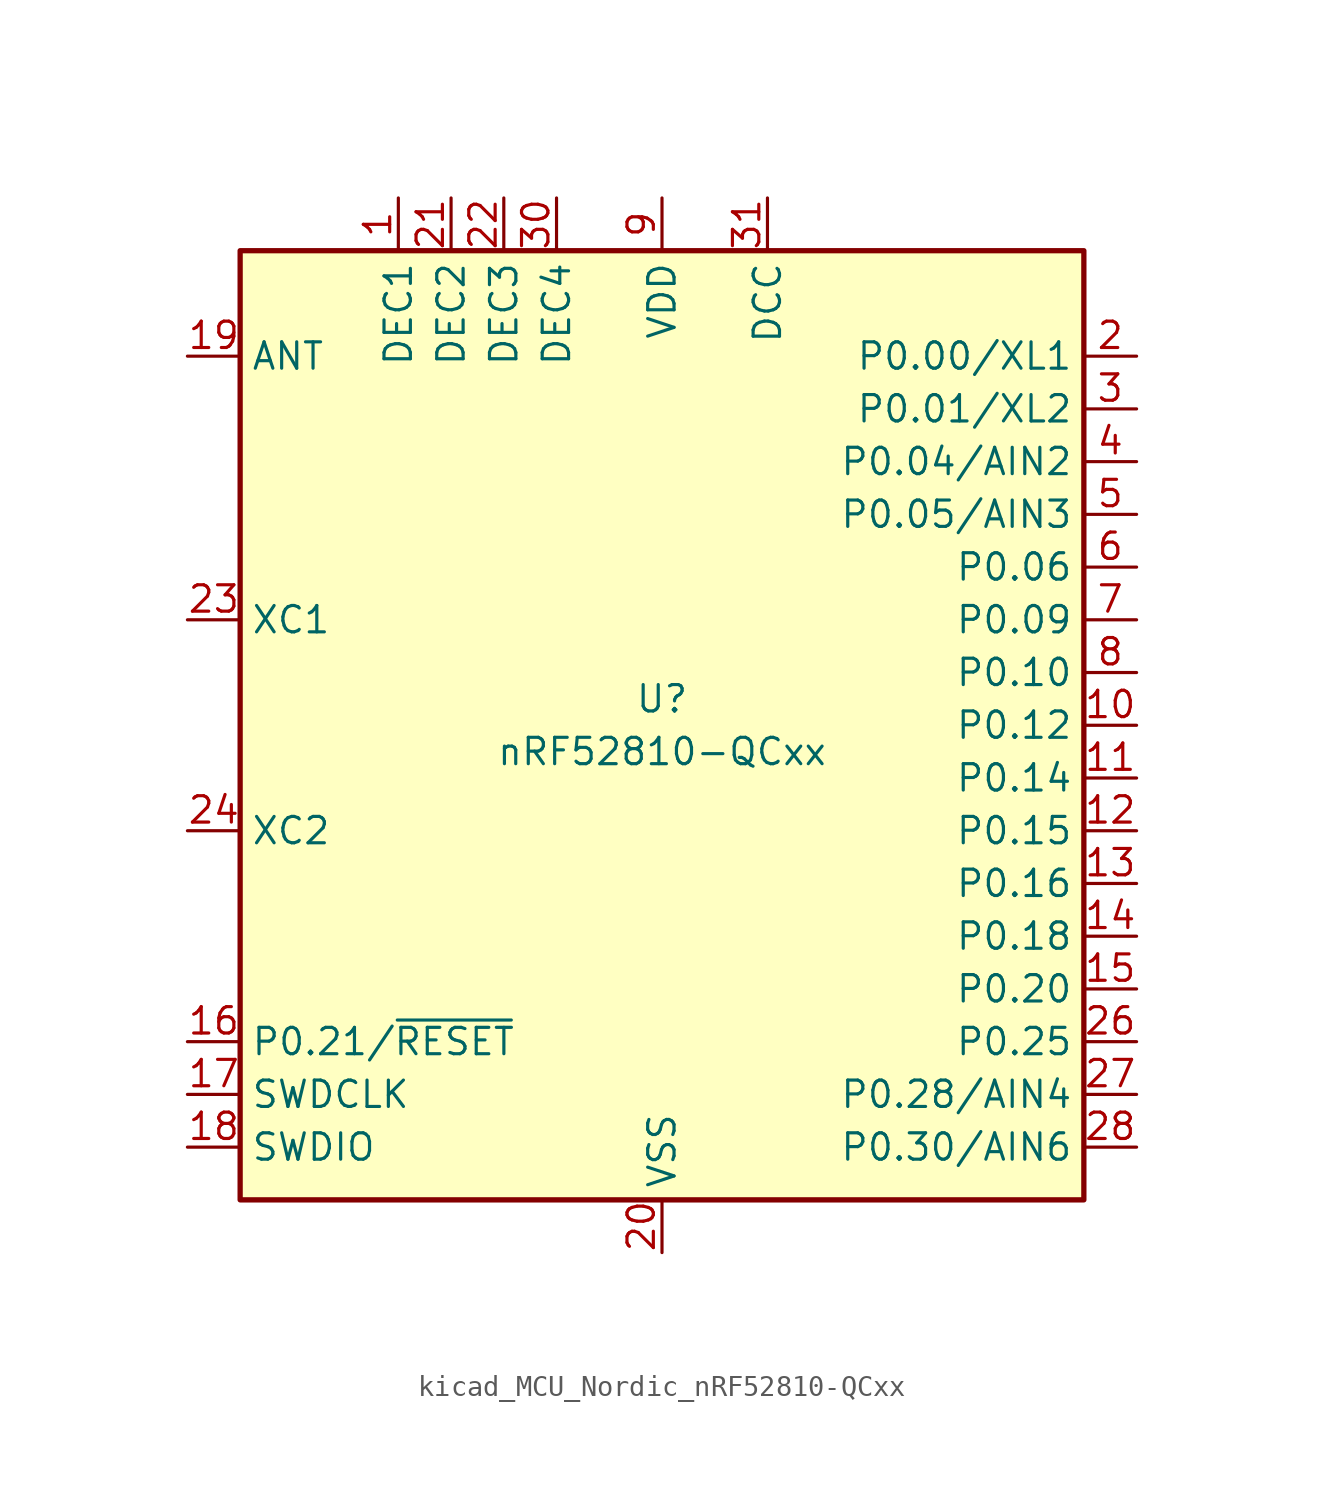
<source format=kicad_sym>
(kicad_symbol_lib
  (version 20220914)
  (generator kicad_symbol_editor)
  (symbol "kicad_MCU_Nordic_nRF52810-QCxx"
    (property "Reference" "U"
      (at 0 1.27 0)
      (effects (font (size 1.27 1.27))))
    (property "Value" "nRF52810-QCxx"
      (at 0 -1.27 0)
      (effects (font (size 1.27 1.27))))
    (symbol "kicad_MCU_Nordic_nRF52810-QCxx_0_1"
      (rectangle (start -20.32 22.86) (end 20.32 -22.86) (stroke (width 0.254) (type default)) (fill (type background))))
    (symbol "kicad_MCU_Nordic_nRF52810-QCxx_1_1"
      (pin passive line (at -12.7 25.4 270) (length 2.54) (name "DEC1" (effects (font (size 1.27 1.27)))) (number "1" (effects (font (size 1.27 1.27)))))
      (pin bidirectional line (at 22.86 0 180) (length 2.54) (name "P0.12" (effects (font (size 1.27 1.27)))) (number "10" (effects (font (size 1.27 1.27)))))
      (pin bidirectional line (at 22.86 -2.54 180) (length 2.54) (name "P0.14" (effects (font (size 1.27 1.27)))) (number "11" (effects (font (size 1.27 1.27)))))
      (pin bidirectional line (at 22.86 -5.08 180) (length 2.54) (name "P0.15" (effects (font (size 1.27 1.27)))) (number "12" (effects (font (size 1.27 1.27)))))
      (pin bidirectional line (at 22.86 -7.62 180) (length 2.54) (name "P0.16" (effects (font (size 1.27 1.27)))) (number "13" (effects (font (size 1.27 1.27)))))
      (pin bidirectional line (at 22.86 -10.16 180) (length 2.54) (name "P0.18" (effects (font (size 1.27 1.27)))) (number "14" (effects (font (size 1.27 1.27)))))
      (pin bidirectional line (at 22.86 -12.7 180) (length 2.54) (name "P0.20" (effects (font (size 1.27 1.27)))) (number "15" (effects (font (size 1.27 1.27)))))
      (pin bidirectional line (at -22.86 -15.24 0) (length 2.54) (name "P0.21/~{RESET}" (effects (font (size 1.27 1.27)))) (number "16" (effects (font (size 1.27 1.27)))))
      (pin input line (at -22.86 -17.78 0) (length 2.54) (name "SWDCLK" (effects (font (size 1.27 1.27)))) (number "17" (effects (font (size 1.27 1.27)))))
      (pin bidirectional line (at -22.86 -20.32 0) (length 2.54) (name "SWDIO" (effects (font (size 1.27 1.27)))) (number "18" (effects (font (size 1.27 1.27)))))
      (pin passive line (at -22.86 17.78 0) (length 2.54) (name "ANT" (effects (font (size 1.27 1.27)))) (number "19" (effects (font (size 1.27 1.27)))))
      (pin bidirectional line (at 22.86 17.78 180) (length 2.54) (name "P0.00/XL1" (effects (font (size 1.27 1.27)))) (number "2" (effects (font (size 1.27 1.27)))))
      (pin power_in line (at 0 -25.4 90) (length 2.54) (name "VSS" (effects (font (size 1.27 1.27)))) (number "20" (effects (font (size 1.27 1.27)))))
      (pin passive line (at -10.16 25.4 270) (length 2.54) (name "DEC2" (effects (font (size 1.27 1.27)))) (number "21" (effects (font (size 1.27 1.27)))))
      (pin passive line (at -7.62 25.4 270) (length 2.54) (name "DEC3" (effects (font (size 1.27 1.27)))) (number "22" (effects (font (size 1.27 1.27)))))
      (pin input line (at -22.86 5.08 0) (length 2.54) (name "XC1" (effects (font (size 1.27 1.27)))) (number "23" (effects (font (size 1.27 1.27)))))
      (pin input line (at -22.86 -5.08 0) (length 2.54) (name "XC2" (effects (font (size 1.27 1.27)))) (number "24" (effects (font (size 1.27 1.27)))))
      (pin passive line (at 0 25.4 270) (length 2.54) hide (name "VDD" (effects (font (size 1.27 1.27)))) (number "25" (effects (font (size 1.27 1.27)))))
      (pin bidirectional line (at 22.86 -15.24 180) (length 2.54) (name "P0.25" (effects (font (size 1.27 1.27)))) (number "26" (effects (font (size 1.27 1.27)))))
      (pin bidirectional line (at 22.86 -17.78 180) (length 2.54) (name "P0.28/AIN4" (effects (font (size 1.27 1.27)))) (number "27" (effects (font (size 1.27 1.27)))))
      (pin bidirectional line (at 22.86 -20.32 180) (length 2.54) (name "P0.30/AIN6" (effects (font (size 1.27 1.27)))) (number "28" (effects (font (size 1.27 1.27)))))
      (pin passive line (at 0 -25.4 90) (length 2.54) hide (name "VSS" (effects (font (size 1.27 1.27)))) (number "29" (effects (font (size 1.27 1.27)))))
      (pin bidirectional line (at 22.86 15.24 180) (length 2.54) (name "P0.01/XL2" (effects (font (size 1.27 1.27)))) (number "3" (effects (font (size 1.27 1.27)))))
      (pin passive line (at -5.08 25.4 270) (length 2.54) (name "DEC4" (effects (font (size 1.27 1.27)))) (number "30" (effects (font (size 1.27 1.27)))))
      (pin power_out line (at 5.08 25.4 270) (length 2.54) (name "DCC" (effects (font (size 1.27 1.27)))) (number "31" (effects (font (size 1.27 1.27)))))
      (pin passive line (at 0 25.4 270) (length 2.54) hide (name "VDD" (effects (font (size 1.27 1.27)))) (number "32" (effects (font (size 1.27 1.27)))))
      (pin passive line (at 0 -25.4 90) (length 2.54) hide (name "VSS" (effects (font (size 1.27 1.27)))) (number "33" (effects (font (size 1.27 1.27)))))
      (pin bidirectional line (at 22.86 12.7 180) (length 2.54) (name "P0.04/AIN2" (effects (font (size 1.27 1.27)))) (number "4" (effects (font (size 1.27 1.27)))))
      (pin bidirectional line (at 22.86 10.16 180) (length 2.54) (name "P0.05/AIN3" (effects (font (size 1.27 1.27)))) (number "5" (effects (font (size 1.27 1.27)))))
      (pin bidirectional line (at 22.86 7.62 180) (length 2.54) (name "P0.06" (effects (font (size 1.27 1.27)))) (number "6" (effects (font (size 1.27 1.27)))))
      (pin bidirectional line (at 22.86 5.08 180) (length 2.54) (name "P0.09" (effects (font (size 1.27 1.27)))) (number "7" (effects (font (size 1.27 1.27)))))
      (pin bidirectional line (at 22.86 2.54 180) (length 2.54) (name "P0.10" (effects (font (size 1.27 1.27)))) (number "8" (effects (font (size 1.27 1.27)))))
      (pin power_in line (at 0 25.4 270) (length 2.54) (name "VDD" (effects (font (size 1.27 1.27)))) (number "9" (effects (font (size 1.27 1.27))))))))
</source>
